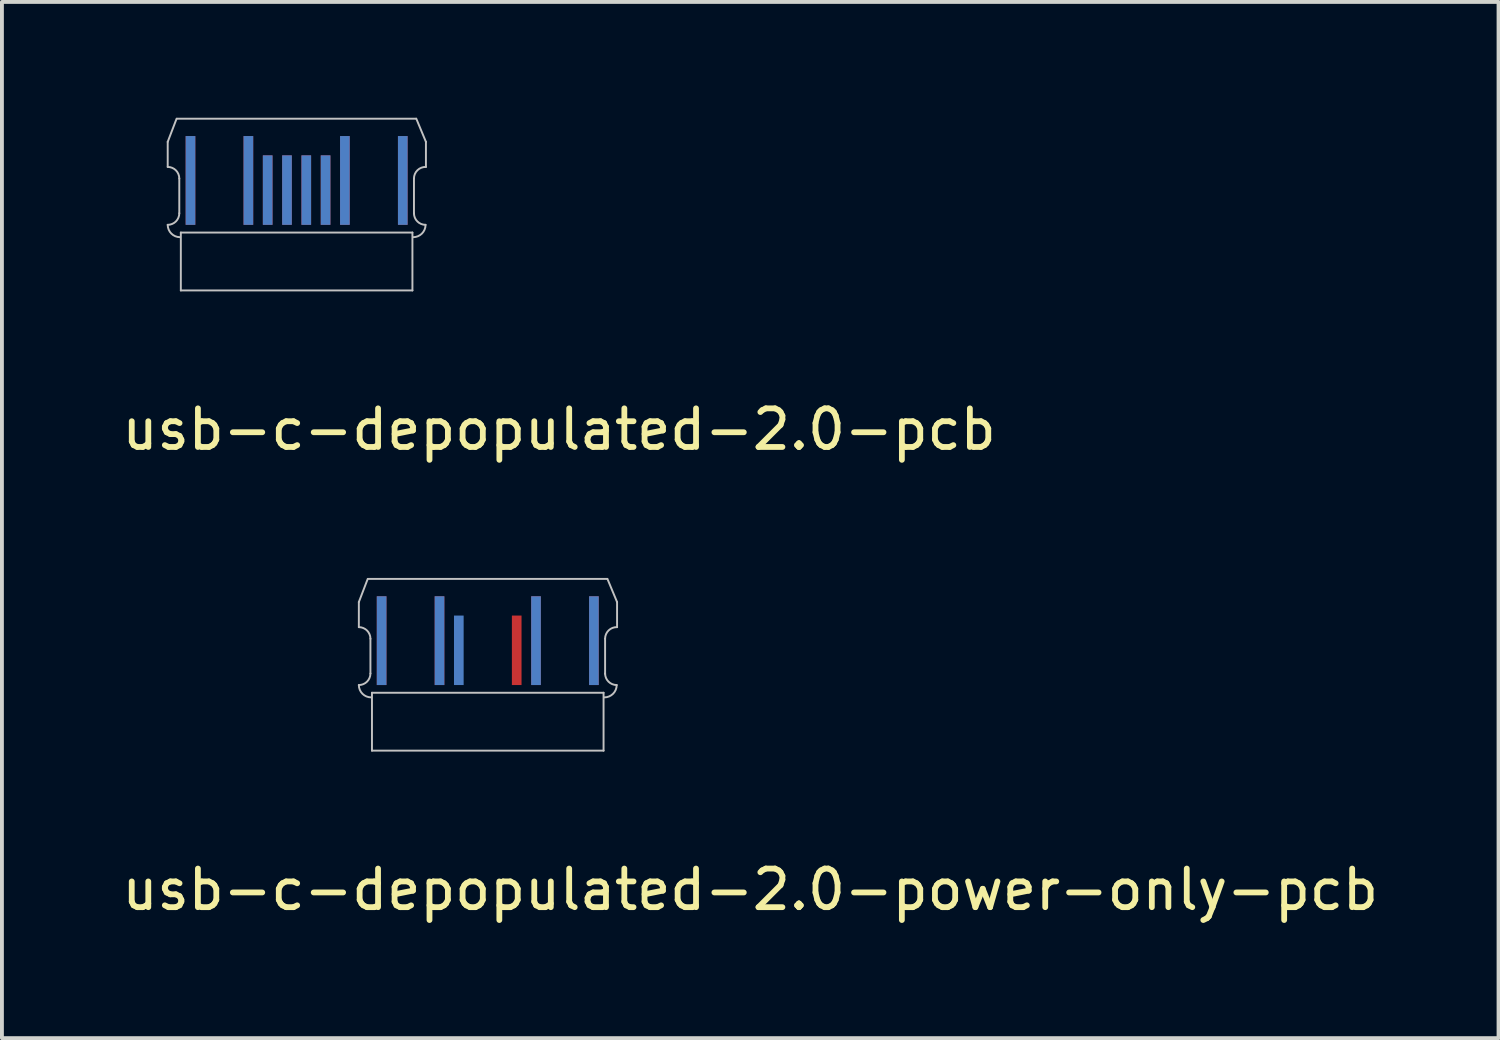
<source format=kicad_pcb>
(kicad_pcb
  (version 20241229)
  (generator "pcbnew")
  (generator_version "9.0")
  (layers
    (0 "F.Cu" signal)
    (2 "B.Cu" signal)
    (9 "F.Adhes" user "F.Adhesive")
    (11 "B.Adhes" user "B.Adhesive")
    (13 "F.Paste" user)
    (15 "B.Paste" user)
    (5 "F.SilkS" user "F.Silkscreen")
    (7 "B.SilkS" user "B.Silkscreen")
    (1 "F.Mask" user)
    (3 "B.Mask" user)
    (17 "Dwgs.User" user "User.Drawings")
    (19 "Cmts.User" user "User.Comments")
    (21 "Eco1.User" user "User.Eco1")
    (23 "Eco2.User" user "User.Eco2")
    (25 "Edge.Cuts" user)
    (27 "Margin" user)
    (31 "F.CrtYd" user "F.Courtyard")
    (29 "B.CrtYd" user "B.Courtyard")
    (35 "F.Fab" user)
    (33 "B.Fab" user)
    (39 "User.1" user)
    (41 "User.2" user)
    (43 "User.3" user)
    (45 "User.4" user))
  (footprint "usb-c-depopulated-2.0-pcb"
    (layer "F.Cu")
    (at 4.635 4.475)
    (property "Reference" "usb-c-depopulated-2.0-pcb" (at 6.8 3.6 0) (layer "F.SilkS") (effects (font (size 1 1) (thickness 0.15))))
    (attr through_hole)
    (fp_line (start -3.34 -3.85) (end -3.34 -3.2) (stroke (width 0.05) (type solid)) (layer "Dwgs.User"))
    (fp_line (start -3.11 -4.45) (end -3.34 -3.85) (stroke (width 0.05) (type solid)) (layer "Dwgs.User"))
    (fp_line (start -3.095 -4.45) (end 3.095 -4.45) (stroke (width 0.05) (type solid)) (layer "Dwgs.User"))
    (fp_line (start -3.04 -2.9) (end -3.04 -2) (stroke (width 0.05) (type solid)) (layer "Dwgs.User"))
    (fp_line (start -3 -1.5) (end -3 0) (stroke (width 0.05) (type solid)) (layer "Dwgs.User"))
    (fp_line (start -3 0) (end 3 0) (stroke (width 0.05) (type solid)) (layer "Dwgs.User"))
    (fp_line (start 3 -1.5) (end -3 -1.5) (stroke (width 0.05) (type solid)) (layer "Dwgs.User"))
    (fp_line (start 3 0) (end 3 -1.5) (stroke (width 0.05) (type solid)) (layer "Dwgs.User"))
    (fp_line (start 3.04 -2.9) (end 3.04 -1.99) (stroke (width 0.05) (type solid)) (layer "Dwgs.User"))
    (fp_line (start 3.1 -4.45) (end 3.35 -3.85) (stroke (width 0.05) (type solid)) (layer "Dwgs.User"))
    (fp_line (start 3.35 -3.85) (end 3.35 -3.2) (stroke (width 0.05) (type solid)) (layer "Dwgs.User"))
    (fp_arc (start -3.34 -3.2) (mid -3.127868 -3.112132) (end -3.04 -2.9) (stroke (width 0.05) (type solid)) (layer "Dwgs.User"))
    (fp_arc (start -3.04 -2) (mid -3.127868 -1.787868) (end -3.34 -1.7) (stroke (width 0.05) (type solid)) (layer "Dwgs.User"))
    (fp_arc (start -3.02 -1.38) (mid -3.246274 -1.473726) (end -3.34 -1.7) (stroke (width 0.05) (type solid)) (layer "Dwgs.User"))
    (fp_arc (start 3.039833 -2.900048) (mid 3.131333 -3.115773) (end 3.35 -3.2) (stroke (width 0.05) (type solid)) (layer "Dwgs.User"))
    (fp_arc (start 3.34 -1.7) (mid 3.246274 -1.473726) (end 3.02 -1.38) (stroke (width 0.05) (type solid)) (layer "Dwgs.User"))
    (fp_arc (start 3.34 -1.7) (mid 3.127868 -1.787868) (end 3.04 -2) (stroke (width 0.05) (type solid)) (layer "Dwgs.User"))
    (pad "A1" smd rect (at 2.75 -2.85) (size 0.25 2.3) (layers "F.Cu" "F.Mask" "F.Paste"))
    (pad "A4" smd rect (at 1.25 -2.85) (size 0.25 2.3) (layers "F.Cu" "F.Mask" "F.Paste"))
    (pad "A5" smd rect (at 0.75 -2.6) (size 0.25 1.8) (layers "F.Cu" "F.Mask" "F.Paste"))
    (pad "A6" smd rect (at 0.25 -2.6) (size 0.25 1.8) (layers "F.Cu" "F.Mask" "F.Paste"))
    (pad "A7" smd rect (at -0.25 -2.6) (size 0.25 1.8) (layers "F.Cu" "F.Mask" "F.Paste"))
    (pad "A8" smd rect (at -0.75 -2.6) (size 0.25 1.8) (layers "F.Cu" "F.Mask" "F.Paste"))
    (pad "A9" smd rect (at -1.25 -2.85) (size 0.25 2.3) (layers "F.Cu" "F.Mask" "F.Paste"))
    (pad "A12" smd rect (at -2.75 -2.85) (size 0.25 2.3) (layers "F.Cu" "F.Mask" "F.Paste"))
    (pad "B1" smd rect (at -2.75 -2.85 180) (size 0.25 2.3) (layers "B.Cu" "B.Mask" "B.Paste"))
    (pad "B4" smd rect (at -1.25 -2.85 180) (size 0.25 2.3) (layers "B.Cu" "B.Mask" "B.Paste"))
    (pad "B5" smd rect (at -0.75 -2.6 180) (size 0.25 1.8) (layers "B.Cu" "B.Mask" "B.Paste"))
    (pad "B6" smd rect (at -0.25 -2.6 180) (size 0.25 1.8) (layers "B.Cu" "B.Mask" "B.Paste"))
    (pad "B7" smd rect (at 0.25 -2.6 180) (size 0.25 1.8) (layers "B.Cu" "B.Mask" "B.Paste"))
    (pad "B8" smd rect (at 0.75 -2.6 180) (size 0.25 1.8) (layers "B.Cu" "B.Mask" "B.Paste"))
    (pad "B9" smd rect (at 1.25 -2.85 180) (size 0.25 2.3) (layers "B.Cu" "B.Mask" "B.Paste"))
    (pad "B12" smd rect (at 2.75 -2.85 180) (size 0.25 2.3) (layers "B.Cu" "B.Mask" "B.Paste")))
  (footprint "usb-c-depopulated-2.0-power-only-pcb"
    (layer "F.Cu")
    (at 9.587 16.398)
    (property "Reference" "usb-c-depopulated-2.0-power-only-pcb" (at 6.8 3.6 0) (layer "F.SilkS") (effects (font (size 1 1) (thickness 0.15))))
    (attr through_hole)
    (fp_line (start -3.34 -3.85) (end -3.34 -3.2) (stroke (width 0.05) (type solid)) (layer "Dwgs.User"))
    (fp_line (start -3.11 -4.45) (end -3.34 -3.85) (stroke (width 0.05) (type solid)) (layer "Dwgs.User"))
    (fp_line (start -3.095 -4.45) (end 3.095 -4.45) (stroke (width 0.05) (type solid)) (layer "Dwgs.User"))
    (fp_line (start -3.04 -2.9) (end -3.04 -2) (stroke (width 0.05) (type solid)) (layer "Dwgs.User"))
    (fp_line (start -3 -1.5) (end -3 0) (stroke (width 0.05) (type solid)) (layer "Dwgs.User"))
    (fp_line (start -3 0) (end 3 0) (stroke (width 0.05) (type solid)) (layer "Dwgs.User"))
    (fp_line (start 3 -1.5) (end -3 -1.5) (stroke (width 0.05) (type solid)) (layer "Dwgs.User"))
    (fp_line (start 3 0) (end 3 -1.5) (stroke (width 0.05) (type solid)) (layer "Dwgs.User"))
    (fp_line (start 3.04 -2.9) (end 3.04 -1.99) (stroke (width 0.05) (type solid)) (layer "Dwgs.User"))
    (fp_line (start 3.1 -4.45) (end 3.35 -3.85) (stroke (width 0.05) (type solid)) (layer "Dwgs.User"))
    (fp_line (start 3.35 -3.85) (end 3.35 -3.2) (stroke (width 0.05) (type solid)) (layer "Dwgs.User"))
    (fp_arc (start -3.34 -3.2) (mid -3.127868 -3.112132) (end -3.04 -2.9) (stroke (width 0.05) (type solid)) (layer "Dwgs.User"))
    (fp_arc (start -3.04 -2) (mid -3.127868 -1.787868) (end -3.34 -1.7) (stroke (width 0.05) (type solid)) (layer "Dwgs.User"))
    (fp_arc (start -3.02 -1.38) (mid -3.246274 -1.473726) (end -3.34 -1.7) (stroke (width 0.05) (type solid)) (layer "Dwgs.User"))
    (fp_arc (start 3.039833 -2.900048) (mid 3.131333 -3.115773) (end 3.35 -3.2) (stroke (width 0.05) (type solid)) (layer "Dwgs.User"))
    (fp_arc (start 3.34 -1.7) (mid 3.246274 -1.473726) (end 3.02 -1.38) (stroke (width 0.05) (type solid)) (layer "Dwgs.User"))
    (fp_arc (start 3.34 -1.7) (mid 3.127868 -1.787868) (end 3.04 -2) (stroke (width 0.05) (type solid)) (layer "Dwgs.User"))
    (pad "A1" smd rect (at 2.75 -2.85) (size 0.25 2.3) (layers "F.Cu" "F.Mask" "F.Paste"))
    (pad "A4" smd rect (at 1.25 -2.85) (size 0.25 2.3) (layers "F.Cu" "F.Mask" "F.Paste"))
    (pad "A5" smd rect (at 0.75 -2.6) (size 0.25 1.8) (layers "F.Cu" "F.Mask" "F.Paste"))
    (pad "A9" smd rect (at -1.25 -2.85) (size 0.25 2.3) (layers "F.Cu" "F.Mask" "F.Paste"))
    (pad "A12" smd rect (at -2.75 -2.85) (size 0.25 2.3) (layers "F.Cu" "F.Mask" "F.Paste"))
    (pad "B1" smd rect (at -2.75 -2.85 180) (size 0.25 2.3) (layers "B.Cu" "B.Mask" "B.Paste"))
    (pad "B4" smd rect (at -1.25 -2.85 180) (size 0.25 2.3) (layers "B.Cu" "B.Mask" "B.Paste"))
    (pad "B5" smd rect (at -0.75 -2.6 180) (size 0.25 1.8) (layers "B.Cu" "B.Mask" "B.Paste"))
    (pad "B9" smd rect (at 1.25 -2.85 180) (size 0.25 2.3) (layers "B.Cu" "B.Mask" "B.Paste"))
    (pad "B12" smd rect (at 2.75 -2.85 180) (size 0.25 2.3) (layers "B.Cu" "B.Mask" "B.Paste")))
  (gr_rect
    (start -3 -3)
    (end 35.774 23.846)
    (stroke (width 0.1) (type default))
    (fill no)
    (layer "Edge.Cuts")))
</source>
